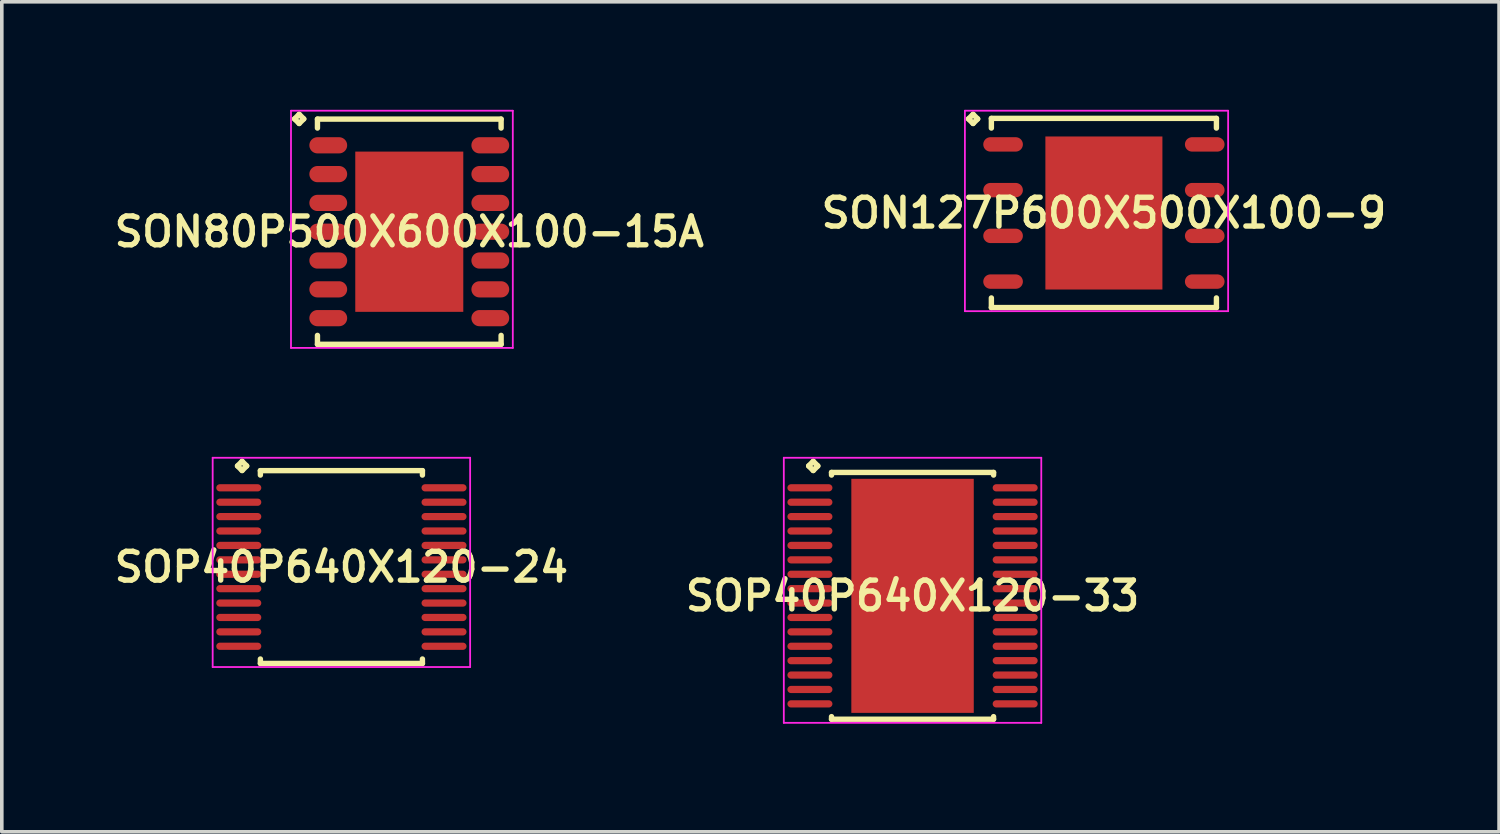
<source format=kicad_pcb>
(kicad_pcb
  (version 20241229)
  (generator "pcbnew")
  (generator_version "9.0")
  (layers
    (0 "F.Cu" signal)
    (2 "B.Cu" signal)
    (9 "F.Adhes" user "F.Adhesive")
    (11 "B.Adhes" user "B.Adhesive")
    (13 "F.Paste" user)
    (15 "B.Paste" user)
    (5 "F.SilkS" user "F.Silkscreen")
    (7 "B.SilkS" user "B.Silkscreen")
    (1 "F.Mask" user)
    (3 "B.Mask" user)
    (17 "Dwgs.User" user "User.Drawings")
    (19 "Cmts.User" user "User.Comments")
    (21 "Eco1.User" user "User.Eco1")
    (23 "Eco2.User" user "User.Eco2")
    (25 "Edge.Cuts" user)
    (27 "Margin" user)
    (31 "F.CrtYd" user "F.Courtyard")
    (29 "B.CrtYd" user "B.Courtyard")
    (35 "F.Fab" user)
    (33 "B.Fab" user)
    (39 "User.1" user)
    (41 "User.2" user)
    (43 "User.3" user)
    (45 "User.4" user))
  (footprint "SON127P600X500X100-9"
    (layer "F.Cu")
    (at 27.606 2.865)
    (property "Reference" "SON127P600X500X100-9" (at 0 0 0) (layer "F.SilkS") (effects (font (size 0.8 0.8) (thickness 0.15))))
    (attr smd)
    (fp_line (start -3.76 -2.613) (end -3.633 -2.74) (stroke (width 0.15) (type solid)) (layer "F.SilkS"))
    (fp_line (start -3.633 -2.74) (end -3.506 -2.613) (stroke (width 0.15) (type solid)) (layer "F.SilkS"))
    (fp_line (start -3.633 -2.486) (end -3.76 -2.613) (stroke (width 0.15) (type solid)) (layer "F.SilkS"))
    (fp_line (start -3.506 -2.613) (end -3.633 -2.486) (stroke (width 0.15) (type solid)) (layer "F.SilkS"))
    (fp_line (start -3.125 -2.627) (end 3.125 -2.627) (stroke (width 0.15) (type solid)) (layer "F.SilkS"))
    (fp_line (start -3.125 -2.359) (end -3.125 -2.627) (stroke (width 0.15) (type solid)) (layer "F.SilkS"))
    (fp_line (start -3.125 2.359) (end -3.125 2.627) (stroke (width 0.15) (type solid)) (layer "F.SilkS"))
    (fp_line (start -3.125 2.627) (end 3.125 2.627) (stroke (width 0.15) (type solid)) (layer "F.SilkS"))
    (fp_line (start 3.125 -2.627) (end 3.125 -2.359) (stroke (width 0.15) (type solid)) (layer "F.SilkS"))
    (fp_line (start 3.125 2.627) (end 3.125 2.359) (stroke (width 0.15) (type solid)) (layer "F.SilkS"))
    (fp_line (start -3.86 -2.84) (end 3.45 -2.84) (stroke (width 0.05) (type solid)) (layer "F.CrtYd"))
    (fp_line (start -3.86 2.727) (end -3.86 -2.84) (stroke (width 0.05) (type solid)) (layer "F.CrtYd"))
    (fp_line (start 3.45 -2.84) (end 3.45 2.727) (stroke (width 0.05) (type solid)) (layer "F.CrtYd"))
    (fp_line (start 3.45 2.727) (end -3.86 2.727) (stroke (width 0.05) (type solid)) (layer "F.CrtYd"))
    (pad "1" smd oval (at -2.8 -1.905) (size 1.1 0.4) (layers "F.Cu" "F.Mask" "F.Paste"))
    (pad "2" smd oval (at -2.8 -0.635) (size 1.1 0.4) (layers "F.Cu" "F.Mask" "F.Paste"))
    (pad "3" smd oval (at -2.8 0.635) (size 1.1 0.4) (layers "F.Cu" "F.Mask" "F.Paste"))
    (pad "4" smd oval (at -2.8 1.905) (size 1.1 0.4) (layers "F.Cu" "F.Mask" "F.Paste"))
    (pad "5" smd oval (at 2.8 1.905) (size 1.1 0.4) (layers "F.Cu" "F.Mask" "F.Paste"))
    (pad "6" smd oval (at 2.8 0.635) (size 1.1 0.4) (layers "F.Cu" "F.Mask" "F.Paste"))
    (pad "7" smd oval (at 2.8 -0.635) (size 1.1 0.4) (layers "F.Cu" "F.Mask" "F.Paste"))
    (pad "8" smd oval (at 2.8 -1.905) (size 1.1 0.4) (layers "F.Cu" "F.Mask" "F.Paste"))
    (pad "9" smd rect (at 0 0) (size 3.25 4.25) (layers "F.Cu" "F.Mask" "F.Paste")))
  (footprint "SOP40P640X120-33"
    (layer "F.Cu")
    (at 22.292 13.497)
    (property "Reference" "SOP40P640X120-33" (at 0 0 0) (layer "F.SilkS") (effects (font (size 0.8 0.8) (thickness 0.15))))
    (attr smd)
    (fp_line (start -2.885 -3.608) (end -2.758 -3.735) (stroke (width 0.15) (type solid)) (layer "F.SilkS"))
    (fp_line (start -2.758 -3.735) (end -2.631 -3.608) (stroke (width 0.15) (type solid)) (layer "F.SilkS"))
    (fp_line (start -2.758 -3.481) (end -2.885 -3.608) (stroke (width 0.15) (type solid)) (layer "F.SilkS"))
    (fp_line (start -2.631 -3.608) (end -2.758 -3.481) (stroke (width 0.15) (type solid)) (layer "F.SilkS"))
    (fp_line (start -2.25 -3.427) (end 2.25 -3.427) (stroke (width 0.15) (type solid)) (layer "F.SilkS"))
    (fp_line (start -2.25 -3.354) (end -2.25 -3.427) (stroke (width 0.15) (type solid)) (layer "F.SilkS"))
    (fp_line (start -2.25 3.354) (end -2.25 3.427) (stroke (width 0.15) (type solid)) (layer "F.SilkS"))
    (fp_line (start -2.25 3.427) (end 2.25 3.427) (stroke (width 0.15) (type solid)) (layer "F.SilkS"))
    (fp_line (start 2.25 -3.427) (end 2.25 -3.354) (stroke (width 0.15) (type solid)) (layer "F.SilkS"))
    (fp_line (start 2.25 3.427) (end 2.25 3.354) (stroke (width 0.15) (type solid)) (layer "F.SilkS"))
    (fp_line (start -3.575 -3.835) (end 3.575 -3.835) (stroke (width 0.05) (type solid)) (layer "F.CrtYd"))
    (fp_line (start -3.575 3.527) (end -3.575 -3.835) (stroke (width 0.05) (type solid)) (layer "F.CrtYd"))
    (fp_line (start 3.575 -3.835) (end 3.575 3.527) (stroke (width 0.05) (type solid)) (layer "F.CrtYd"))
    (fp_line (start 3.575 3.527) (end -3.575 3.527) (stroke (width 0.05) (type solid)) (layer "F.CrtYd"))
    (pad "1" smd oval (at -2.85 -3) (size 1.25 0.2) (layers "F.Cu" "F.Mask" "F.Paste"))
    (pad "2" smd oval (at -2.85 -2.6) (size 1.25 0.2) (layers "F.Cu" "F.Mask" "F.Paste"))
    (pad "3" smd oval (at -2.85 -2.2) (size 1.25 0.2) (layers "F.Cu" "F.Mask" "F.Paste"))
    (pad "4" smd oval (at -2.85 -1.8) (size 1.25 0.2) (layers "F.Cu" "F.Mask" "F.Paste"))
    (pad "5" smd oval (at -2.85 -1.4) (size 1.25 0.2) (layers "F.Cu" "F.Mask" "F.Paste"))
    (pad "6" smd oval (at -2.85 -1) (size 1.25 0.2) (layers "F.Cu" "F.Mask" "F.Paste"))
    (pad "7" smd oval (at -2.85 -0.6) (size 1.25 0.2) (layers "F.Cu" "F.Mask" "F.Paste"))
    (pad "8" smd oval (at -2.85 -0.2) (size 1.25 0.2) (layers "F.Cu" "F.Mask" "F.Paste"))
    (pad "9" smd oval (at -2.85 0.2) (size 1.25 0.2) (layers "F.Cu" "F.Mask" "F.Paste"))
    (pad "10" smd oval (at -2.85 0.6) (size 1.25 0.2) (layers "F.Cu" "F.Mask" "F.Paste"))
    (pad "11" smd oval (at -2.85 1) (size 1.25 0.2) (layers "F.Cu" "F.Mask" "F.Paste"))
    (pad "12" smd oval (at -2.85 1.4) (size 1.25 0.2) (layers "F.Cu" "F.Mask" "F.Paste"))
    (pad "13" smd oval (at -2.85 1.8) (size 1.25 0.2) (layers "F.Cu" "F.Mask" "F.Paste"))
    (pad "14" smd oval (at -2.85 2.2) (size 1.25 0.2) (layers "F.Cu" "F.Mask" "F.Paste"))
    (pad "15" smd oval (at -2.85 2.6) (size 1.25 0.2) (layers "F.Cu" "F.Mask" "F.Paste"))
    (pad "16" smd oval (at -2.85 3) (size 1.25 0.2) (layers "F.Cu" "F.Mask" "F.Paste"))
    (pad "17" smd oval (at 2.85 3) (size 1.25 0.2) (layers "F.Cu" "F.Mask" "F.Paste"))
    (pad "18" smd oval (at 2.85 2.6) (size 1.25 0.2) (layers "F.Cu" "F.Mask" "F.Paste"))
    (pad "19" smd oval (at 2.85 2.2) (size 1.25 0.2) (layers "F.Cu" "F.Mask" "F.Paste"))
    (pad "20" smd oval (at 2.85 1.8) (size 1.25 0.2) (layers "F.Cu" "F.Mask" "F.Paste"))
    (pad "21" smd oval (at 2.85 1.4) (size 1.25 0.2) (layers "F.Cu" "F.Mask" "F.Paste"))
    (pad "22" smd oval (at 2.85 1) (size 1.25 0.2) (layers "F.Cu" "F.Mask" "F.Paste"))
    (pad "23" smd oval (at 2.85 0.6) (size 1.25 0.2) (layers "F.Cu" "F.Mask" "F.Paste"))
    (pad "24" smd oval (at 2.85 0.2) (size 1.25 0.2) (layers "F.Cu" "F.Mask" "F.Paste"))
    (pad "25" smd oval (at 2.85 -0.2) (size 1.25 0.2) (layers "F.Cu" "F.Mask" "F.Paste"))
    (pad "26" smd oval (at 2.85 -0.6) (size 1.25 0.2) (layers "F.Cu" "F.Mask" "F.Paste"))
    (pad "27" smd oval (at 2.85 -1) (size 1.25 0.2) (layers "F.Cu" "F.Mask" "F.Paste"))
    (pad "28" smd oval (at 2.85 -1.4) (size 1.25 0.2) (layers "F.Cu" "F.Mask" "F.Paste"))
    (pad "29" smd oval (at 2.85 -1.8) (size 1.25 0.2) (layers "F.Cu" "F.Mask" "F.Paste"))
    (pad "30" smd oval (at 2.85 -2.2) (size 1.25 0.2) (layers "F.Cu" "F.Mask" "F.Paste"))
    (pad "31" smd oval (at 2.85 -2.6) (size 1.25 0.2) (layers "F.Cu" "F.Mask" "F.Paste"))
    (pad "32" smd oval (at 2.85 -3) (size 1.25 0.2) (layers "F.Cu" "F.Mask" "F.Paste"))
    (pad "33" smd rect (at 0 0) (size 3.4 6.5) (layers "F.Cu" "F.Mask" "F.Paste")))
  (footprint "SOP40P640X120-24"
    (layer "F.Cu")
    (at 6.431 12.697)
    (property "Reference" "SOP40P640X120-24" (at 0 0 0) (layer "F.SilkS") (effects (font (size 0.8 0.8) (thickness 0.15))))
    (attr smd)
    (fp_line (start -2.885 -2.808) (end -2.758 -2.935) (stroke (width 0.15) (type solid)) (layer "F.SilkS"))
    (fp_line (start -2.758 -2.935) (end -2.631 -2.808) (stroke (width 0.15) (type solid)) (layer "F.SilkS"))
    (fp_line (start -2.758 -2.681) (end -2.885 -2.808) (stroke (width 0.15) (type solid)) (layer "F.SilkS"))
    (fp_line (start -2.631 -2.808) (end -2.758 -2.681) (stroke (width 0.15) (type solid)) (layer "F.SilkS"))
    (fp_line (start -2.25 -2.677) (end 2.25 -2.677) (stroke (width 0.15) (type solid)) (layer "F.SilkS"))
    (fp_line (start -2.25 -2.554) (end -2.25 -2.677) (stroke (width 0.15) (type solid)) (layer "F.SilkS"))
    (fp_line (start -2.25 2.554) (end -2.25 2.677) (stroke (width 0.15) (type solid)) (layer "F.SilkS"))
    (fp_line (start -2.25 2.677) (end 2.25 2.677) (stroke (width 0.15) (type solid)) (layer "F.SilkS"))
    (fp_line (start 2.25 -2.677) (end 2.25 -2.554) (stroke (width 0.15) (type solid)) (layer "F.SilkS"))
    (fp_line (start 2.25 2.677) (end 2.25 2.554) (stroke (width 0.15) (type solid)) (layer "F.SilkS"))
    (fp_line (start -3.575 -3.035) (end 3.575 -3.035) (stroke (width 0.05) (type solid)) (layer "F.CrtYd"))
    (fp_line (start -3.575 2.777) (end -3.575 -3.035) (stroke (width 0.05) (type solid)) (layer "F.CrtYd"))
    (fp_line (start 3.575 -3.035) (end 3.575 2.777) (stroke (width 0.05) (type solid)) (layer "F.CrtYd"))
    (fp_line (start 3.575 2.777) (end -3.575 2.777) (stroke (width 0.05) (type solid)) (layer "F.CrtYd"))
    (pad "1" smd oval (at -2.85 -2.2) (size 1.25 0.2) (layers "F.Cu" "F.Mask" "F.Paste"))
    (pad "2" smd oval (at -2.85 -1.8) (size 1.25 0.2) (layers "F.Cu" "F.Mask" "F.Paste"))
    (pad "3" smd oval (at -2.85 -1.4) (size 1.25 0.2) (layers "F.Cu" "F.Mask" "F.Paste"))
    (pad "4" smd oval (at -2.85 -1) (size 1.25 0.2) (layers "F.Cu" "F.Mask" "F.Paste"))
    (pad "5" smd oval (at -2.85 -0.6) (size 1.25 0.2) (layers "F.Cu" "F.Mask" "F.Paste"))
    (pad "6" smd oval (at -2.85 -0.2) (size 1.25 0.2) (layers "F.Cu" "F.Mask" "F.Paste"))
    (pad "7" smd oval (at -2.85 0.2) (size 1.25 0.2) (layers "F.Cu" "F.Mask" "F.Paste"))
    (pad "8" smd oval (at -2.85 0.6) (size 1.25 0.2) (layers "F.Cu" "F.Mask" "F.Paste"))
    (pad "9" smd oval (at -2.85 1) (size 1.25 0.2) (layers "F.Cu" "F.Mask" "F.Paste"))
    (pad "10" smd oval (at -2.85 1.4) (size 1.25 0.2) (layers "F.Cu" "F.Mask" "F.Paste"))
    (pad "11" smd oval (at -2.85 1.8) (size 1.25 0.2) (layers "F.Cu" "F.Mask" "F.Paste"))
    (pad "12" smd oval (at -2.85 2.2) (size 1.25 0.2) (layers "F.Cu" "F.Mask" "F.Paste"))
    (pad "13" smd oval (at 2.85 2.2) (size 1.25 0.2) (layers "F.Cu" "F.Mask" "F.Paste"))
    (pad "14" smd oval (at 2.85 1.8) (size 1.25 0.2) (layers "F.Cu" "F.Mask" "F.Paste"))
    (pad "15" smd oval (at 2.85 1.4) (size 1.25 0.2) (layers "F.Cu" "F.Mask" "F.Paste"))
    (pad "16" smd oval (at 2.85 1) (size 1.25 0.2) (layers "F.Cu" "F.Mask" "F.Paste"))
    (pad "17" smd oval (at 2.85 0.6) (size 1.25 0.2) (layers "F.Cu" "F.Mask" "F.Paste"))
    (pad "18" smd oval (at 2.85 0.2) (size 1.25 0.2) (layers "F.Cu" "F.Mask" "F.Paste"))
    (pad "19" smd oval (at 2.85 -0.2) (size 1.25 0.2) (layers "F.Cu" "F.Mask" "F.Paste"))
    (pad "20" smd oval (at 2.85 -0.6) (size 1.25 0.2) (layers "F.Cu" "F.Mask" "F.Paste"))
    (pad "21" smd oval (at 2.85 -1) (size 1.25 0.2) (layers "F.Cu" "F.Mask" "F.Paste"))
    (pad "22" smd oval (at 2.85 -1.4) (size 1.25 0.2) (layers "F.Cu" "F.Mask" "F.Paste"))
    (pad "23" smd oval (at 2.85 -1.8) (size 1.25 0.2) (layers "F.Cu" "F.Mask" "F.Paste"))
    (pad "24" smd oval (at 2.85 -2.2) (size 1.25 0.2) (layers "F.Cu" "F.Mask" "F.Paste")))
  (footprint "SON80P500X600X100-15A"
    (layer "F.Cu")
    (at 8.316 3.385)
    (property "Reference" "SON80P500X600X100-15A" (at 0 0 0) (layer "F.SilkS") (effects (font (size 0.8 0.8) (thickness 0.15))))
    (attr smd)
    (fp_line (start -3.185 -3.133) (end -3.058 -3.26) (stroke (width 0.15) (type solid)) (layer "F.SilkS"))
    (fp_line (start -3.058 -3.26) (end -2.931 -3.133) (stroke (width 0.15) (type solid)) (layer "F.SilkS"))
    (fp_line (start -3.058 -3.006) (end -3.185 -3.133) (stroke (width 0.15) (type solid)) (layer "F.SilkS"))
    (fp_line (start -2.931 -3.133) (end -3.058 -3.006) (stroke (width 0.15) (type solid)) (layer "F.SilkS"))
    (fp_line (start -2.55 -3.127) (end 2.55 -3.127) (stroke (width 0.15) (type solid)) (layer "F.SilkS"))
    (fp_line (start -2.55 -2.879) (end -2.55 -3.127) (stroke (width 0.15) (type solid)) (layer "F.SilkS"))
    (fp_line (start -2.55 2.879) (end -2.55 3.127) (stroke (width 0.15) (type solid)) (layer "F.SilkS"))
    (fp_line (start -2.55 3.127) (end 2.55 3.127) (stroke (width 0.15) (type solid)) (layer "F.SilkS"))
    (fp_line (start 2.55 -3.127) (end 2.55 -2.879) (stroke (width 0.15) (type solid)) (layer "F.SilkS"))
    (fp_line (start 2.55 3.127) (end 2.55 2.879) (stroke (width 0.15) (type solid)) (layer "F.SilkS"))
    (fp_line (start -3.285 -3.36) (end 2.875 -3.36) (stroke (width 0.05) (type solid)) (layer "F.CrtYd"))
    (fp_line (start -3.285 3.227) (end -3.285 -3.36) (stroke (width 0.05) (type solid)) (layer "F.CrtYd"))
    (fp_line (start 2.875 -3.36) (end 2.875 3.227) (stroke (width 0.05) (type solid)) (layer "F.CrtYd"))
    (fp_line (start 2.875 3.227) (end -3.285 3.227) (stroke (width 0.05) (type solid)) (layer "F.CrtYd"))
    (pad "1" smd oval (at -2.25 -2.4) (size 1.05 0.45) (layers "F.Cu" "F.Mask" "F.Paste"))
    (pad "2" smd oval (at -2.25 -1.6) (size 1.05 0.45) (layers "F.Cu" "F.Mask" "F.Paste"))
    (pad "3" smd oval (at -2.25 -0.8) (size 1.05 0.45) (layers "F.Cu" "F.Mask" "F.Paste"))
    (pad "4" smd oval (at -2.25 0) (size 1.05 0.45) (layers "F.Cu" "F.Mask" "F.Paste"))
    (pad "5" smd oval (at -2.25 0.8) (size 1.05 0.45) (layers "F.Cu" "F.Mask" "F.Paste"))
    (pad "6" smd oval (at -2.25 1.6) (size 1.05 0.45) (layers "F.Cu" "F.Mask" "F.Paste"))
    (pad "7" smd oval (at -2.25 2.4) (size 1.05 0.45) (layers "F.Cu" "F.Mask" "F.Paste"))
    (pad "8" smd oval (at 2.25 2.4) (size 1.05 0.45) (layers "F.Cu" "F.Mask" "F.Paste"))
    (pad "9" smd oval (at 2.25 1.6) (size 1.05 0.45) (layers "F.Cu" "F.Mask" "F.Paste"))
    (pad "10" smd oval (at 2.25 0.8) (size 1.05 0.45) (layers "F.Cu" "F.Mask" "F.Paste"))
    (pad "11" smd oval (at 2.25 0) (size 1.05 0.45) (layers "F.Cu" "F.Mask" "F.Paste"))
    (pad "12" smd oval (at 2.25 -0.8) (size 1.05 0.45) (layers "F.Cu" "F.Mask" "F.Paste"))
    (pad "13" smd oval (at 2.25 -1.6) (size 1.05 0.45) (layers "F.Cu" "F.Mask" "F.Paste"))
    (pad "14" smd oval (at 2.25 -2.4) (size 1.05 0.45) (layers "F.Cu" "F.Mask" "F.Paste"))
    (pad "15" smd rect (at 0 0) (size 3 4.45) (layers "F.Cu" "F.Mask" "F.Paste")))
  (gr_rect
    (start -3 -3)
    (end 38.58 20.049)
    (stroke (width 0.1) (type default))
    (fill no)
    (layer "Edge.Cuts")))
</source>
